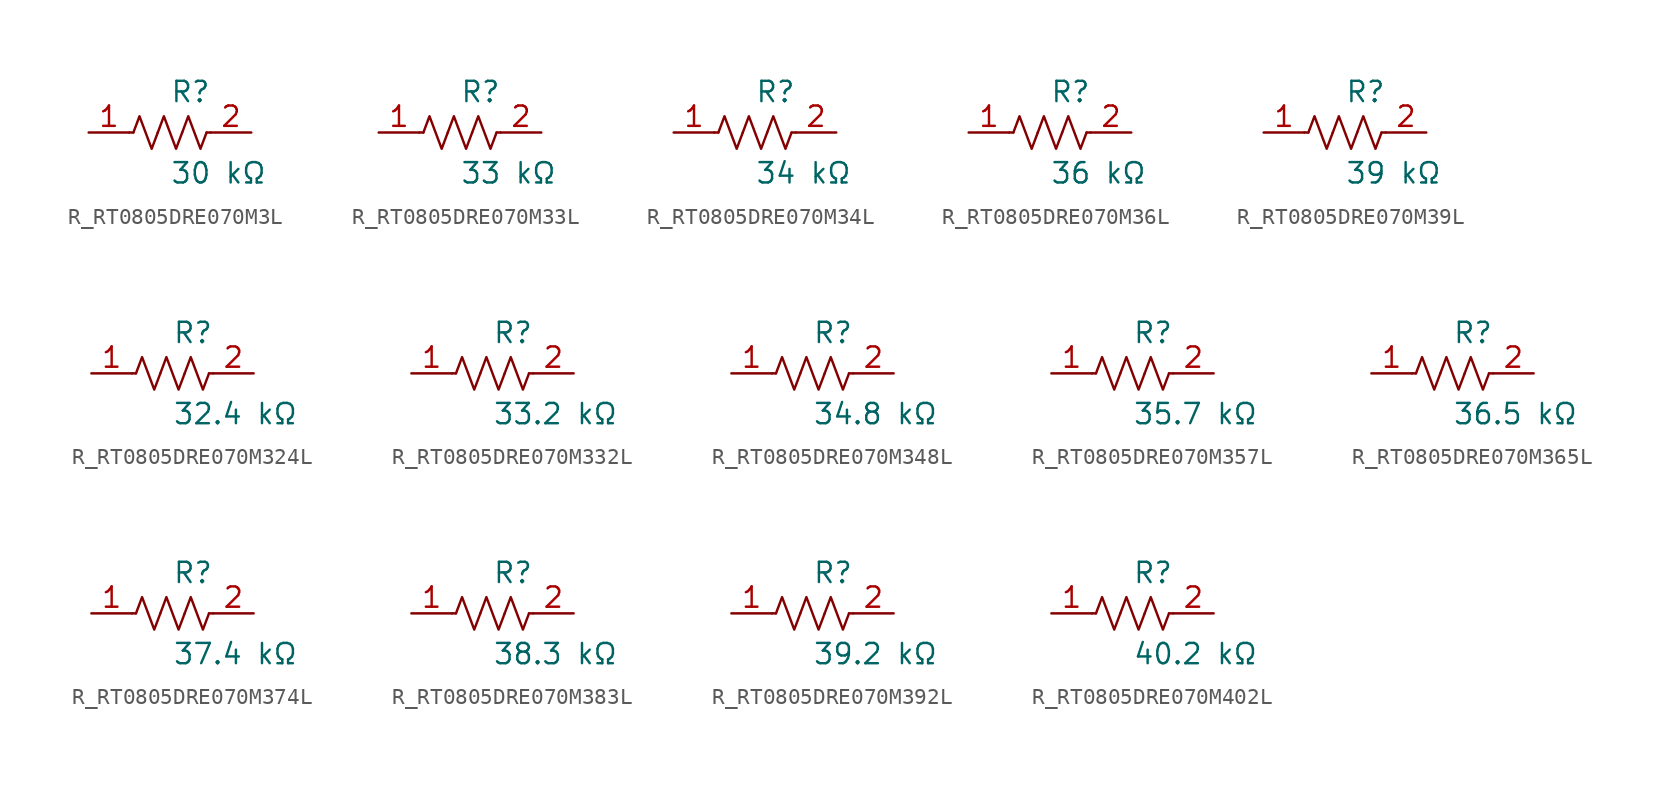
<source format=kicad_sym>
(kicad_symbol_lib
  (version 20231120)
  (generator kicad_symbol_editor)
  (generator_version 8.0)
  (symbol "R_RT0805DRE070M3L"
    (pin_names
      (offset 0.254))
    (property "Reference" "R"
      (at 0.0 2.54 0)
      (effects (font (size 1.27 1.27)) (justify left)))
    (property "Value" "30 kΩ"
      (at 0.0 -2.54 0)
      (effects (font (size 1.27 1.27)) (justify left)))
    (symbol "R_RT0805DRE070M3L_0_1"
      (polyline (pts (xy 2.286 0) (xy 2.54 0)) (stroke (width 0) (type default)) (fill (type none)))
      (polyline (pts (xy -2.286 0) (xy -2.54 0)) (stroke (width 0) (type default)) (fill (type none)))
      (polyline (pts (xy 0.762 0) (xy 1.143 1.016) (xy 1.524 0) (xy 1.905 -1.016) (xy 2.286 0)) (stroke (width 0) (type default)) (fill (type none)))
      (polyline (pts (xy -0.762 0) (xy -0.381 1.016) (xy 0 0) (xy 0.381 -1.016) (xy 0.762 0)) (stroke (width 0) (type default)) (fill (type none)))
      (polyline (pts (xy -2.286 0) (xy -1.905 1.016) (xy -1.524 0) (xy -1.143 -1.016) (xy -0.762 0)) (stroke (width 0) (type default)) (fill (type none))))
    (pin unspecified line
      (at -5.08 0 0)
      (length 2.54)
      (name "" (effects (font (size 1.27 1.27))))
      (number "1" (effects (font (size 1.27 1.27)))))
    (pin unspecified line
      (at 5.08 0 180)
      (length 2.54)
      (name "" (effects (font (size 1.27 1.27))))
      (number "2" (effects (font (size 1.27 1.27))))))
  (symbol "R_RT0805DRE070M33L"
    (pin_names
      (offset 0.254))
    (property "Reference" "R"
      (at 0.0 2.54 0)
      (effects (font (size 1.27 1.27)) (justify left)))
    (property "Value" "33 kΩ"
      (at 0.0 -2.54 0)
      (effects (font (size 1.27 1.27)) (justify left)))
    (symbol "R_RT0805DRE070M33L_0_1"
      (polyline (pts (xy 2.286 0) (xy 2.54 0)) (stroke (width 0) (type default)) (fill (type none)))
      (polyline (pts (xy -2.286 0) (xy -2.54 0)) (stroke (width 0) (type default)) (fill (type none)))
      (polyline (pts (xy 0.762 0) (xy 1.143 1.016) (xy 1.524 0) (xy 1.905 -1.016) (xy 2.286 0)) (stroke (width 0) (type default)) (fill (type none)))
      (polyline (pts (xy -0.762 0) (xy -0.381 1.016) (xy 0 0) (xy 0.381 -1.016) (xy 0.762 0)) (stroke (width 0) (type default)) (fill (type none)))
      (polyline (pts (xy -2.286 0) (xy -1.905 1.016) (xy -1.524 0) (xy -1.143 -1.016) (xy -0.762 0)) (stroke (width 0) (type default)) (fill (type none))))
    (pin unspecified line
      (at -5.08 0 0)
      (length 2.54)
      (name "" (effects (font (size 1.27 1.27))))
      (number "1" (effects (font (size 1.27 1.27)))))
    (pin unspecified line
      (at 5.08 0 180)
      (length 2.54)
      (name "" (effects (font (size 1.27 1.27))))
      (number "2" (effects (font (size 1.27 1.27))))))
  (symbol "R_RT0805DRE070M34L"
    (pin_names
      (offset 0.254))
    (property "Reference" "R"
      (at 0.0 2.54 0)
      (effects (font (size 1.27 1.27)) (justify left)))
    (property "Value" "34 kΩ"
      (at 0.0 -2.54 0)
      (effects (font (size 1.27 1.27)) (justify left)))
    (symbol "R_RT0805DRE070M34L_0_1"
      (polyline (pts (xy 2.286 0) (xy 2.54 0)) (stroke (width 0) (type default)) (fill (type none)))
      (polyline (pts (xy -2.286 0) (xy -2.54 0)) (stroke (width 0) (type default)) (fill (type none)))
      (polyline (pts (xy 0.762 0) (xy 1.143 1.016) (xy 1.524 0) (xy 1.905 -1.016) (xy 2.286 0)) (stroke (width 0) (type default)) (fill (type none)))
      (polyline (pts (xy -0.762 0) (xy -0.381 1.016) (xy 0 0) (xy 0.381 -1.016) (xy 0.762 0)) (stroke (width 0) (type default)) (fill (type none)))
      (polyline (pts (xy -2.286 0) (xy -1.905 1.016) (xy -1.524 0) (xy -1.143 -1.016) (xy -0.762 0)) (stroke (width 0) (type default)) (fill (type none))))
    (pin unspecified line
      (at -5.08 0 0)
      (length 2.54)
      (name "" (effects (font (size 1.27 1.27))))
      (number "1" (effects (font (size 1.27 1.27)))))
    (pin unspecified line
      (at 5.08 0 180)
      (length 2.54)
      (name "" (effects (font (size 1.27 1.27))))
      (number "2" (effects (font (size 1.27 1.27))))))
  (symbol "R_RT0805DRE070M36L"
    (pin_names
      (offset 0.254))
    (property "Reference" "R"
      (at 0.0 2.54 0)
      (effects (font (size 1.27 1.27)) (justify left)))
    (property "Value" "36 kΩ"
      (at 0.0 -2.54 0)
      (effects (font (size 1.27 1.27)) (justify left)))
    (symbol "R_RT0805DRE070M36L_0_1"
      (polyline (pts (xy 2.286 0) (xy 2.54 0)) (stroke (width 0) (type default)) (fill (type none)))
      (polyline (pts (xy -2.286 0) (xy -2.54 0)) (stroke (width 0) (type default)) (fill (type none)))
      (polyline (pts (xy 0.762 0) (xy 1.143 1.016) (xy 1.524 0) (xy 1.905 -1.016) (xy 2.286 0)) (stroke (width 0) (type default)) (fill (type none)))
      (polyline (pts (xy -0.762 0) (xy -0.381 1.016) (xy 0 0) (xy 0.381 -1.016) (xy 0.762 0)) (stroke (width 0) (type default)) (fill (type none)))
      (polyline (pts (xy -2.286 0) (xy -1.905 1.016) (xy -1.524 0) (xy -1.143 -1.016) (xy -0.762 0)) (stroke (width 0) (type default)) (fill (type none))))
    (pin unspecified line
      (at -5.08 0 0)
      (length 2.54)
      (name "" (effects (font (size 1.27 1.27))))
      (number "1" (effects (font (size 1.27 1.27)))))
    (pin unspecified line
      (at 5.08 0 180)
      (length 2.54)
      (name "" (effects (font (size 1.27 1.27))))
      (number "2" (effects (font (size 1.27 1.27))))))
  (symbol "R_RT0805DRE070M39L"
    (pin_names
      (offset 0.254))
    (property "Reference" "R"
      (at 0.0 2.54 0)
      (effects (font (size 1.27 1.27)) (justify left)))
    (property "Value" "39 kΩ"
      (at 0.0 -2.54 0)
      (effects (font (size 1.27 1.27)) (justify left)))
    (symbol "R_RT0805DRE070M39L_0_1"
      (polyline (pts (xy 2.286 0) (xy 2.54 0)) (stroke (width 0) (type default)) (fill (type none)))
      (polyline (pts (xy -2.286 0) (xy -2.54 0)) (stroke (width 0) (type default)) (fill (type none)))
      (polyline (pts (xy 0.762 0) (xy 1.143 1.016) (xy 1.524 0) (xy 1.905 -1.016) (xy 2.286 0)) (stroke (width 0) (type default)) (fill (type none)))
      (polyline (pts (xy -0.762 0) (xy -0.381 1.016) (xy 0 0) (xy 0.381 -1.016) (xy 0.762 0)) (stroke (width 0) (type default)) (fill (type none)))
      (polyline (pts (xy -2.286 0) (xy -1.905 1.016) (xy -1.524 0) (xy -1.143 -1.016) (xy -0.762 0)) (stroke (width 0) (type default)) (fill (type none))))
    (pin unspecified line
      (at -5.08 0 0)
      (length 2.54)
      (name "" (effects (font (size 1.27 1.27))))
      (number "1" (effects (font (size 1.27 1.27)))))
    (pin unspecified line
      (at 5.08 0 180)
      (length 2.54)
      (name "" (effects (font (size 1.27 1.27))))
      (number "2" (effects (font (size 1.27 1.27))))))
  (symbol "R_RT0805DRE070M324L"
    (pin_names
      (offset 0.254))
    (property "Reference" "R"
      (at 0.0 2.54 0)
      (effects (font (size 1.27 1.27)) (justify left)))
    (property "Value" "32.4 kΩ"
      (at 0.0 -2.54 0)
      (effects (font (size 1.27 1.27)) (justify left)))
    (symbol "R_RT0805DRE070M324L_0_1"
      (polyline (pts (xy 2.286 0) (xy 2.54 0)) (stroke (width 0) (type default)) (fill (type none)))
      (polyline (pts (xy -2.286 0) (xy -2.54 0)) (stroke (width 0) (type default)) (fill (type none)))
      (polyline (pts (xy 0.762 0) (xy 1.143 1.016) (xy 1.524 0) (xy 1.905 -1.016) (xy 2.286 0)) (stroke (width 0) (type default)) (fill (type none)))
      (polyline (pts (xy -0.762 0) (xy -0.381 1.016) (xy 0 0) (xy 0.381 -1.016) (xy 0.762 0)) (stroke (width 0) (type default)) (fill (type none)))
      (polyline (pts (xy -2.286 0) (xy -1.905 1.016) (xy -1.524 0) (xy -1.143 -1.016) (xy -0.762 0)) (stroke (width 0) (type default)) (fill (type none))))
    (pin unspecified line
      (at -5.08 0 0)
      (length 2.54)
      (name "" (effects (font (size 1.27 1.27))))
      (number "1" (effects (font (size 1.27 1.27)))))
    (pin unspecified line
      (at 5.08 0 180)
      (length 2.54)
      (name "" (effects (font (size 1.27 1.27))))
      (number "2" (effects (font (size 1.27 1.27))))))
  (symbol "R_RT0805DRE070M332L"
    (pin_names
      (offset 0.254))
    (property "Reference" "R"
      (at 0.0 2.54 0)
      (effects (font (size 1.27 1.27)) (justify left)))
    (property "Value" "33.2 kΩ"
      (at 0.0 -2.54 0)
      (effects (font (size 1.27 1.27)) (justify left)))
    (symbol "R_RT0805DRE070M332L_0_1"
      (polyline (pts (xy 2.286 0) (xy 2.54 0)) (stroke (width 0) (type default)) (fill (type none)))
      (polyline (pts (xy -2.286 0) (xy -2.54 0)) (stroke (width 0) (type default)) (fill (type none)))
      (polyline (pts (xy 0.762 0) (xy 1.143 1.016) (xy 1.524 0) (xy 1.905 -1.016) (xy 2.286 0)) (stroke (width 0) (type default)) (fill (type none)))
      (polyline (pts (xy -0.762 0) (xy -0.381 1.016) (xy 0 0) (xy 0.381 -1.016) (xy 0.762 0)) (stroke (width 0) (type default)) (fill (type none)))
      (polyline (pts (xy -2.286 0) (xy -1.905 1.016) (xy -1.524 0) (xy -1.143 -1.016) (xy -0.762 0)) (stroke (width 0) (type default)) (fill (type none))))
    (pin unspecified line
      (at -5.08 0 0)
      (length 2.54)
      (name "" (effects (font (size 1.27 1.27))))
      (number "1" (effects (font (size 1.27 1.27)))))
    (pin unspecified line
      (at 5.08 0 180)
      (length 2.54)
      (name "" (effects (font (size 1.27 1.27))))
      (number "2" (effects (font (size 1.27 1.27))))))
  (symbol "R_RT0805DRE070M348L"
    (pin_names
      (offset 0.254))
    (property "Reference" "R"
      (at 0.0 2.54 0)
      (effects (font (size 1.27 1.27)) (justify left)))
    (property "Value" "34.8 kΩ"
      (at 0.0 -2.54 0)
      (effects (font (size 1.27 1.27)) (justify left)))
    (symbol "R_RT0805DRE070M348L_0_1"
      (polyline (pts (xy 2.286 0) (xy 2.54 0)) (stroke (width 0) (type default)) (fill (type none)))
      (polyline (pts (xy -2.286 0) (xy -2.54 0)) (stroke (width 0) (type default)) (fill (type none)))
      (polyline (pts (xy 0.762 0) (xy 1.143 1.016) (xy 1.524 0) (xy 1.905 -1.016) (xy 2.286 0)) (stroke (width 0) (type default)) (fill (type none)))
      (polyline (pts (xy -0.762 0) (xy -0.381 1.016) (xy 0 0) (xy 0.381 -1.016) (xy 0.762 0)) (stroke (width 0) (type default)) (fill (type none)))
      (polyline (pts (xy -2.286 0) (xy -1.905 1.016) (xy -1.524 0) (xy -1.143 -1.016) (xy -0.762 0)) (stroke (width 0) (type default)) (fill (type none))))
    (pin unspecified line
      (at -5.08 0 0)
      (length 2.54)
      (name "" (effects (font (size 1.27 1.27))))
      (number "1" (effects (font (size 1.27 1.27)))))
    (pin unspecified line
      (at 5.08 0 180)
      (length 2.54)
      (name "" (effects (font (size 1.27 1.27))))
      (number "2" (effects (font (size 1.27 1.27))))))
  (symbol "R_RT0805DRE070M357L"
    (pin_names
      (offset 0.254))
    (property "Reference" "R"
      (at 0.0 2.54 0)
      (effects (font (size 1.27 1.27)) (justify left)))
    (property "Value" "35.7 kΩ"
      (at 0.0 -2.54 0)
      (effects (font (size 1.27 1.27)) (justify left)))
    (symbol "R_RT0805DRE070M357L_0_1"
      (polyline (pts (xy 2.286 0) (xy 2.54 0)) (stroke (width 0) (type default)) (fill (type none)))
      (polyline (pts (xy -2.286 0) (xy -2.54 0)) (stroke (width 0) (type default)) (fill (type none)))
      (polyline (pts (xy 0.762 0) (xy 1.143 1.016) (xy 1.524 0) (xy 1.905 -1.016) (xy 2.286 0)) (stroke (width 0) (type default)) (fill (type none)))
      (polyline (pts (xy -0.762 0) (xy -0.381 1.016) (xy 0 0) (xy 0.381 -1.016) (xy 0.762 0)) (stroke (width 0) (type default)) (fill (type none)))
      (polyline (pts (xy -2.286 0) (xy -1.905 1.016) (xy -1.524 0) (xy -1.143 -1.016) (xy -0.762 0)) (stroke (width 0) (type default)) (fill (type none))))
    (pin unspecified line
      (at -5.08 0 0)
      (length 2.54)
      (name "" (effects (font (size 1.27 1.27))))
      (number "1" (effects (font (size 1.27 1.27)))))
    (pin unspecified line
      (at 5.08 0 180)
      (length 2.54)
      (name "" (effects (font (size 1.27 1.27))))
      (number "2" (effects (font (size 1.27 1.27))))))
  (symbol "R_RT0805DRE070M365L"
    (pin_names
      (offset 0.254))
    (property "Reference" "R"
      (at 0.0 2.54 0)
      (effects (font (size 1.27 1.27)) (justify left)))
    (property "Value" "36.5 kΩ"
      (at 0.0 -2.54 0)
      (effects (font (size 1.27 1.27)) (justify left)))
    (symbol "R_RT0805DRE070M365L_0_1"
      (polyline (pts (xy 2.286 0) (xy 2.54 0)) (stroke (width 0) (type default)) (fill (type none)))
      (polyline (pts (xy -2.286 0) (xy -2.54 0)) (stroke (width 0) (type default)) (fill (type none)))
      (polyline (pts (xy 0.762 0) (xy 1.143 1.016) (xy 1.524 0) (xy 1.905 -1.016) (xy 2.286 0)) (stroke (width 0) (type default)) (fill (type none)))
      (polyline (pts (xy -0.762 0) (xy -0.381 1.016) (xy 0 0) (xy 0.381 -1.016) (xy 0.762 0)) (stroke (width 0) (type default)) (fill (type none)))
      (polyline (pts (xy -2.286 0) (xy -1.905 1.016) (xy -1.524 0) (xy -1.143 -1.016) (xy -0.762 0)) (stroke (width 0) (type default)) (fill (type none))))
    (pin unspecified line
      (at -5.08 0 0)
      (length 2.54)
      (name "" (effects (font (size 1.27 1.27))))
      (number "1" (effects (font (size 1.27 1.27)))))
    (pin unspecified line
      (at 5.08 0 180)
      (length 2.54)
      (name "" (effects (font (size 1.27 1.27))))
      (number "2" (effects (font (size 1.27 1.27))))))
  (symbol "R_RT0805DRE070M374L"
    (pin_names
      (offset 0.254))
    (property "Reference" "R"
      (at 0.0 2.54 0)
      (effects (font (size 1.27 1.27)) (justify left)))
    (property "Value" "37.4 kΩ"
      (at 0.0 -2.54 0)
      (effects (font (size 1.27 1.27)) (justify left)))
    (symbol "R_RT0805DRE070M374L_0_1"
      (polyline (pts (xy 2.286 0) (xy 2.54 0)) (stroke (width 0) (type default)) (fill (type none)))
      (polyline (pts (xy -2.286 0) (xy -2.54 0)) (stroke (width 0) (type default)) (fill (type none)))
      (polyline (pts (xy 0.762 0) (xy 1.143 1.016) (xy 1.524 0) (xy 1.905 -1.016) (xy 2.286 0)) (stroke (width 0) (type default)) (fill (type none)))
      (polyline (pts (xy -0.762 0) (xy -0.381 1.016) (xy 0 0) (xy 0.381 -1.016) (xy 0.762 0)) (stroke (width 0) (type default)) (fill (type none)))
      (polyline (pts (xy -2.286 0) (xy -1.905 1.016) (xy -1.524 0) (xy -1.143 -1.016) (xy -0.762 0)) (stroke (width 0) (type default)) (fill (type none))))
    (pin unspecified line
      (at -5.08 0 0)
      (length 2.54)
      (name "" (effects (font (size 1.27 1.27))))
      (number "1" (effects (font (size 1.27 1.27)))))
    (pin unspecified line
      (at 5.08 0 180)
      (length 2.54)
      (name "" (effects (font (size 1.27 1.27))))
      (number "2" (effects (font (size 1.27 1.27))))))
  (symbol "R_RT0805DRE070M383L"
    (pin_names
      (offset 0.254))
    (property "Reference" "R"
      (at 0.0 2.54 0)
      (effects (font (size 1.27 1.27)) (justify left)))
    (property "Value" "38.3 kΩ"
      (at 0.0 -2.54 0)
      (effects (font (size 1.27 1.27)) (justify left)))
    (symbol "R_RT0805DRE070M383L_0_1"
      (polyline (pts (xy 2.286 0) (xy 2.54 0)) (stroke (width 0) (type default)) (fill (type none)))
      (polyline (pts (xy -2.286 0) (xy -2.54 0)) (stroke (width 0) (type default)) (fill (type none)))
      (polyline (pts (xy 0.762 0) (xy 1.143 1.016) (xy 1.524 0) (xy 1.905 -1.016) (xy 2.286 0)) (stroke (width 0) (type default)) (fill (type none)))
      (polyline (pts (xy -0.762 0) (xy -0.381 1.016) (xy 0 0) (xy 0.381 -1.016) (xy 0.762 0)) (stroke (width 0) (type default)) (fill (type none)))
      (polyline (pts (xy -2.286 0) (xy -1.905 1.016) (xy -1.524 0) (xy -1.143 -1.016) (xy -0.762 0)) (stroke (width 0) (type default)) (fill (type none))))
    (pin unspecified line
      (at -5.08 0 0)
      (length 2.54)
      (name "" (effects (font (size 1.27 1.27))))
      (number "1" (effects (font (size 1.27 1.27)))))
    (pin unspecified line
      (at 5.08 0 180)
      (length 2.54)
      (name "" (effects (font (size 1.27 1.27))))
      (number "2" (effects (font (size 1.27 1.27))))))
  (symbol "R_RT0805DRE070M392L"
    (pin_names
      (offset 0.254))
    (property "Reference" "R"
      (at 0.0 2.54 0)
      (effects (font (size 1.27 1.27)) (justify left)))
    (property "Value" "39.2 kΩ"
      (at 0.0 -2.54 0)
      (effects (font (size 1.27 1.27)) (justify left)))
    (symbol "R_RT0805DRE070M392L_0_1"
      (polyline (pts (xy 2.286 0) (xy 2.54 0)) (stroke (width 0) (type default)) (fill (type none)))
      (polyline (pts (xy -2.286 0) (xy -2.54 0)) (stroke (width 0) (type default)) (fill (type none)))
      (polyline (pts (xy 0.762 0) (xy 1.143 1.016) (xy 1.524 0) (xy 1.905 -1.016) (xy 2.286 0)) (stroke (width 0) (type default)) (fill (type none)))
      (polyline (pts (xy -0.762 0) (xy -0.381 1.016) (xy 0 0) (xy 0.381 -1.016) (xy 0.762 0)) (stroke (width 0) (type default)) (fill (type none)))
      (polyline (pts (xy -2.286 0) (xy -1.905 1.016) (xy -1.524 0) (xy -1.143 -1.016) (xy -0.762 0)) (stroke (width 0) (type default)) (fill (type none))))
    (pin unspecified line
      (at -5.08 0 0)
      (length 2.54)
      (name "" (effects (font (size 1.27 1.27))))
      (number "1" (effects (font (size 1.27 1.27)))))
    (pin unspecified line
      (at 5.08 0 180)
      (length 2.54)
      (name "" (effects (font (size 1.27 1.27))))
      (number "2" (effects (font (size 1.27 1.27))))))
  (symbol "R_RT0805DRE070M402L"
    (pin_names
      (offset 0.254))
    (property "Reference" "R"
      (at 0.0 2.54 0)
      (effects (font (size 1.27 1.27)) (justify left)))
    (property "Value" "40.2 kΩ"
      (at 0.0 -2.54 0)
      (effects (font (size 1.27 1.27)) (justify left)))
    (symbol "R_RT0805DRE070M402L_0_1"
      (polyline (pts (xy 2.286 0) (xy 2.54 0)) (stroke (width 0) (type default)) (fill (type none)))
      (polyline (pts (xy -2.286 0) (xy -2.54 0)) (stroke (width 0) (type default)) (fill (type none)))
      (polyline (pts (xy 0.762 0) (xy 1.143 1.016) (xy 1.524 0) (xy 1.905 -1.016) (xy 2.286 0)) (stroke (width 0) (type default)) (fill (type none)))
      (polyline (pts (xy -0.762 0) (xy -0.381 1.016) (xy 0 0) (xy 0.381 -1.016) (xy 0.762 0)) (stroke (width 0) (type default)) (fill (type none)))
      (polyline (pts (xy -2.286 0) (xy -1.905 1.016) (xy -1.524 0) (xy -1.143 -1.016) (xy -0.762 0)) (stroke (width 0) (type default)) (fill (type none))))
    (pin unspecified line
      (at -5.08 0 0)
      (length 2.54)
      (name "" (effects (font (size 1.27 1.27))))
      (number "1" (effects (font (size 1.27 1.27)))))
    (pin unspecified line
      (at 5.08 0 180)
      (length 2.54)
      (name "" (effects (font (size 1.27 1.27))))
      (number "2" (effects (font (size 1.27 1.27)))))))
</source>
